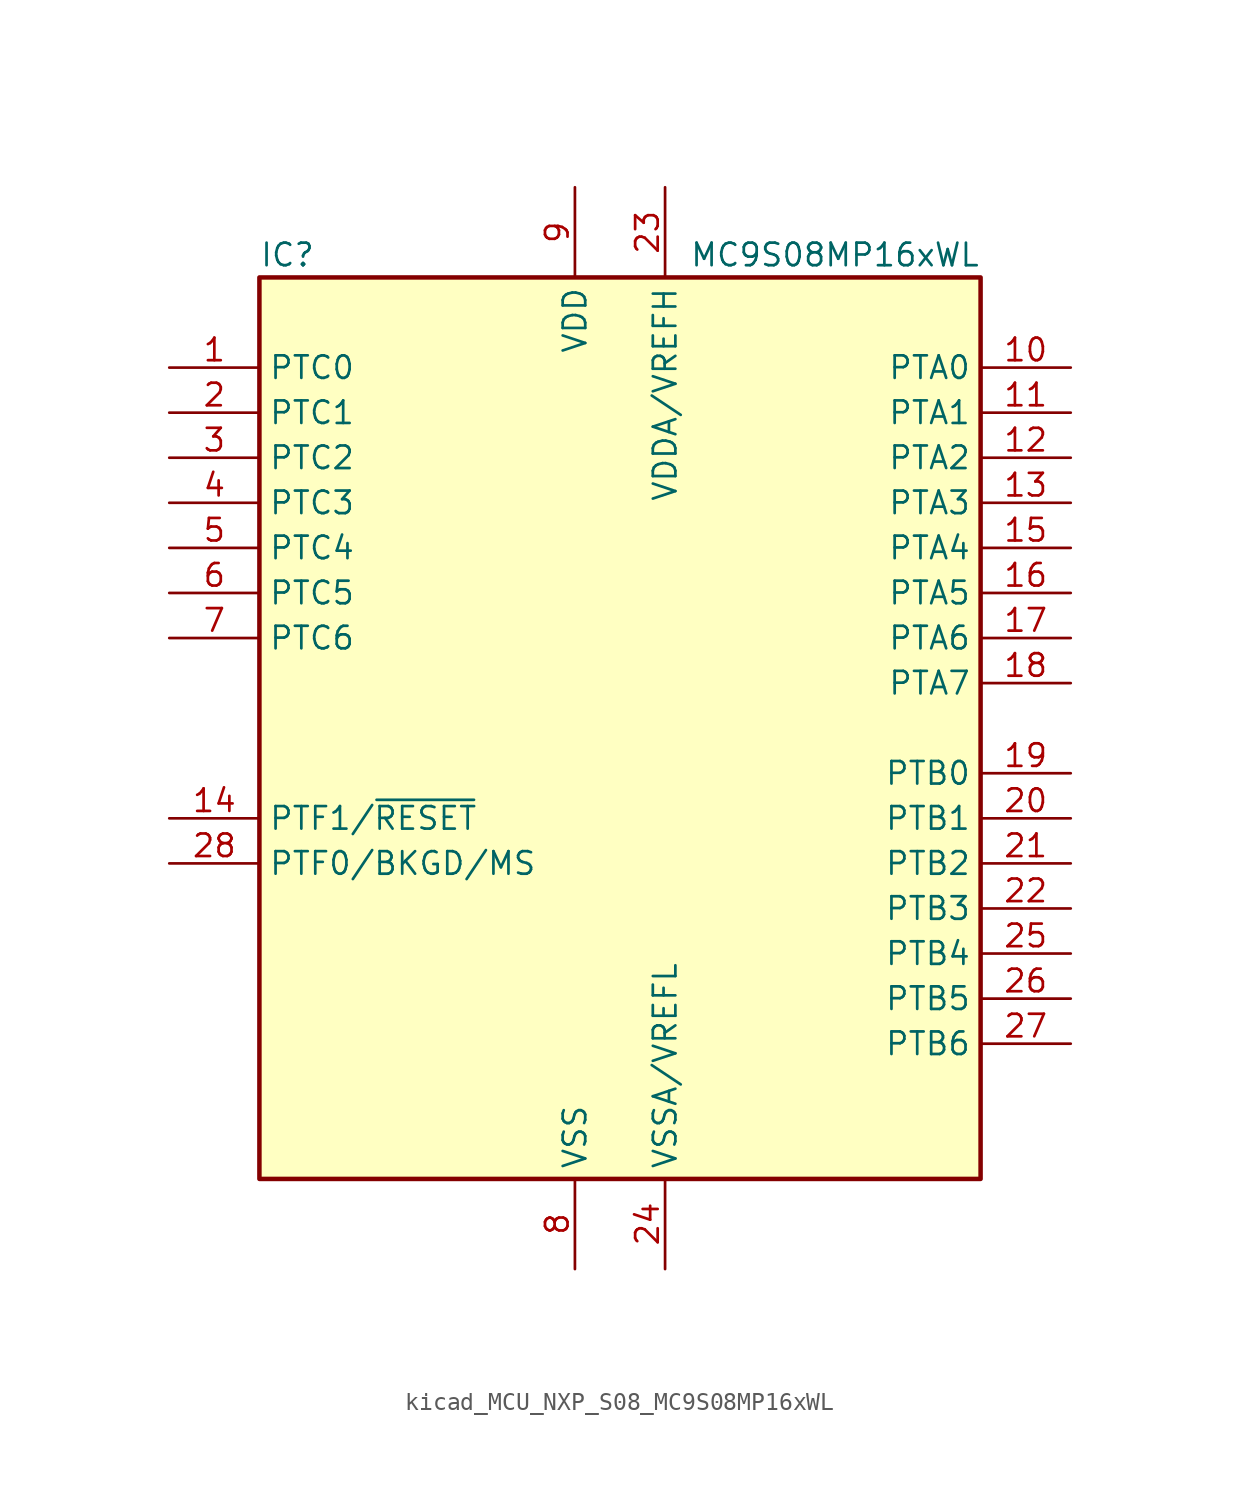
<source format=kicad_sym>
(kicad_symbol_lib
  (version 20220914)
  (generator kicad_symbol_editor)
  (symbol "kicad_MCU_NXP_S08_MC9S08MP16xWL"
    (property "Reference" "IC"
      (at -20.32 26.67 0)
      (effects (font (size 1.27 1.27)) (justify left)))
    (property "Value" "MC9S08MP16xWL"
      (at 20.32 26.67 0)
      (effects (font (size 1.27 1.27)) (justify right)))
    (symbol "kicad_MCU_NXP_S08_MC9S08MP16xWL_0_1"
      (rectangle (start -20.32 25.4) (end 20.32 -25.4) (stroke (width 0.254) (type default)) (fill (type background))))
    (symbol "kicad_MCU_NXP_S08_MC9S08MP16xWL_1_1"
      (pin bidirectional line (at -25.4 20.32 0) (length 5.08) (name "PTC0" (effects (font (size 1.27 1.27)))) (number "1" (effects (font (size 1.27 1.27)))))
      (pin bidirectional line (at 25.4 20.32 180) (length 5.08) (name "PTA0" (effects (font (size 1.27 1.27)))) (number "10" (effects (font (size 1.27 1.27)))))
      (pin bidirectional line (at 25.4 17.78 180) (length 5.08) (name "PTA1" (effects (font (size 1.27 1.27)))) (number "11" (effects (font (size 1.27 1.27)))))
      (pin bidirectional line (at 25.4 15.24 180) (length 5.08) (name "PTA2" (effects (font (size 1.27 1.27)))) (number "12" (effects (font (size 1.27 1.27)))))
      (pin bidirectional line (at 25.4 12.7 180) (length 5.08) (name "PTA3" (effects (font (size 1.27 1.27)))) (number "13" (effects (font (size 1.27 1.27)))))
      (pin bidirectional line (at -25.4 -5.08 0) (length 5.08) (name "PTF1/~{RESET}" (effects (font (size 1.27 1.27)))) (number "14" (effects (font (size 1.27 1.27)))))
      (pin bidirectional line (at 25.4 10.16 180) (length 5.08) (name "PTA4" (effects (font (size 1.27 1.27)))) (number "15" (effects (font (size 1.27 1.27)))))
      (pin bidirectional line (at 25.4 7.62 180) (length 5.08) (name "PTA5" (effects (font (size 1.27 1.27)))) (number "16" (effects (font (size 1.27 1.27)))))
      (pin bidirectional line (at 25.4 5.08 180) (length 5.08) (name "PTA6" (effects (font (size 1.27 1.27)))) (number "17" (effects (font (size 1.27 1.27)))))
      (pin bidirectional line (at 25.4 2.54 180) (length 5.08) (name "PTA7" (effects (font (size 1.27 1.27)))) (number "18" (effects (font (size 1.27 1.27)))))
      (pin bidirectional line (at 25.4 -2.54 180) (length 5.08) (name "PTB0" (effects (font (size 1.27 1.27)))) (number "19" (effects (font (size 1.27 1.27)))))
      (pin bidirectional line (at -25.4 17.78 0) (length 5.08) (name "PTC1" (effects (font (size 1.27 1.27)))) (number "2" (effects (font (size 1.27 1.27)))))
      (pin bidirectional line (at 25.4 -5.08 180) (length 5.08) (name "PTB1" (effects (font (size 1.27 1.27)))) (number "20" (effects (font (size 1.27 1.27)))))
      (pin bidirectional line (at 25.4 -7.62 180) (length 5.08) (name "PTB2" (effects (font (size 1.27 1.27)))) (number "21" (effects (font (size 1.27 1.27)))))
      (pin bidirectional line (at 25.4 -10.16 180) (length 5.08) (name "PTB3" (effects (font (size 1.27 1.27)))) (number "22" (effects (font (size 1.27 1.27)))))
      (pin power_in line (at 2.54 30.48 270) (length 5.08) (name "VDDA/VREFH" (effects (font (size 1.27 1.27)))) (number "23" (effects (font (size 1.27 1.27)))))
      (pin power_in line (at 2.54 -30.48 90) (length 5.08) (name "VSSA/VREFL" (effects (font (size 1.27 1.27)))) (number "24" (effects (font (size 1.27 1.27)))))
      (pin bidirectional line (at 25.4 -12.7 180) (length 5.08) (name "PTB4" (effects (font (size 1.27 1.27)))) (number "25" (effects (font (size 1.27 1.27)))))
      (pin bidirectional line (at 25.4 -15.24 180) (length 5.08) (name "PTB5" (effects (font (size 1.27 1.27)))) (number "26" (effects (font (size 1.27 1.27)))))
      (pin bidirectional line (at 25.4 -17.78 180) (length 5.08) (name "PTB6" (effects (font (size 1.27 1.27)))) (number "27" (effects (font (size 1.27 1.27)))))
      (pin bidirectional line (at -25.4 -7.62 0) (length 5.08) (name "PTF0/BKGD/MS" (effects (font (size 1.27 1.27)))) (number "28" (effects (font (size 1.27 1.27)))))
      (pin bidirectional line (at -25.4 15.24 0) (length 5.08) (name "PTC2" (effects (font (size 1.27 1.27)))) (number "3" (effects (font (size 1.27 1.27)))))
      (pin bidirectional line (at -25.4 12.7 0) (length 5.08) (name "PTC3" (effects (font (size 1.27 1.27)))) (number "4" (effects (font (size 1.27 1.27)))))
      (pin bidirectional line (at -25.4 10.16 0) (length 5.08) (name "PTC4" (effects (font (size 1.27 1.27)))) (number "5" (effects (font (size 1.27 1.27)))))
      (pin bidirectional line (at -25.4 7.62 0) (length 5.08) (name "PTC5" (effects (font (size 1.27 1.27)))) (number "6" (effects (font (size 1.27 1.27)))))
      (pin bidirectional line (at -25.4 5.08 0) (length 5.08) (name "PTC6" (effects (font (size 1.27 1.27)))) (number "7" (effects (font (size 1.27 1.27)))))
      (pin power_in line (at -2.54 -30.48 90) (length 5.08) (name "VSS" (effects (font (size 1.27 1.27)))) (number "8" (effects (font (size 1.27 1.27)))))
      (pin power_in line (at -2.54 30.48 270) (length 5.08) (name "VDD" (effects (font (size 1.27 1.27)))) (number "9" (effects (font (size 1.27 1.27))))))))
</source>
